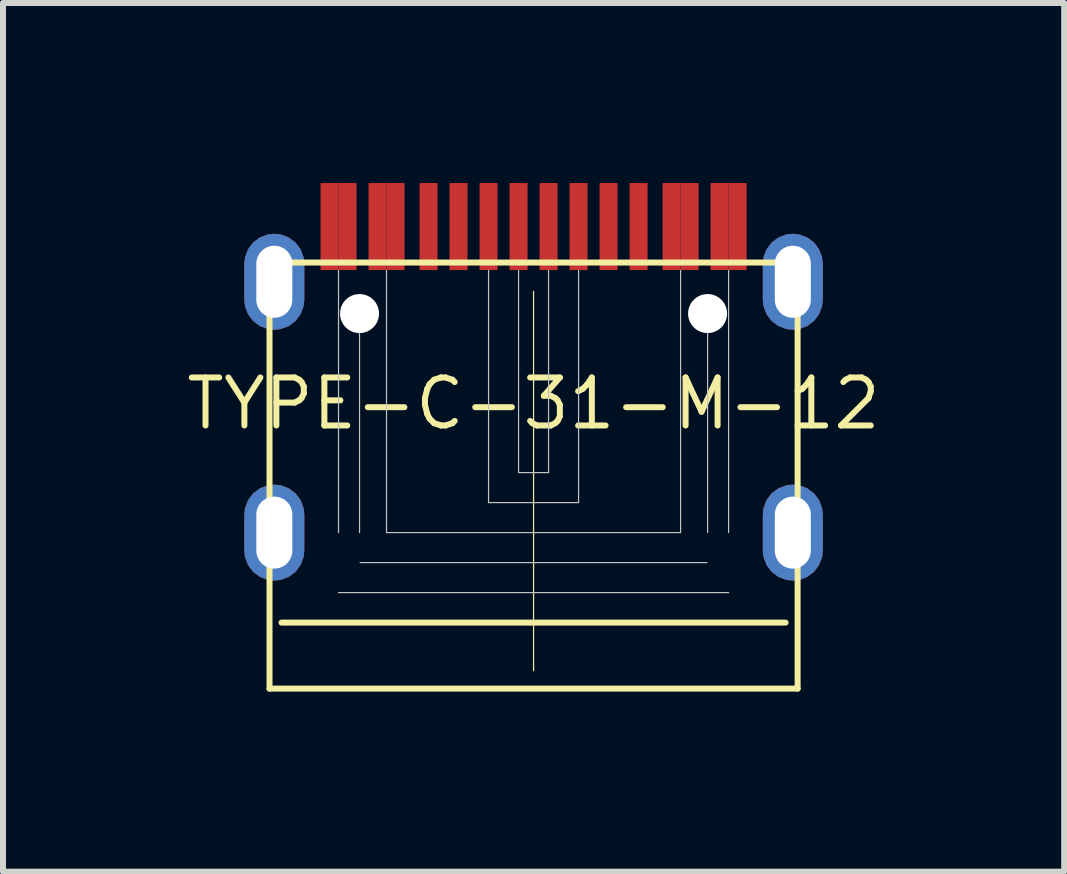
<source format=kicad_pcb>
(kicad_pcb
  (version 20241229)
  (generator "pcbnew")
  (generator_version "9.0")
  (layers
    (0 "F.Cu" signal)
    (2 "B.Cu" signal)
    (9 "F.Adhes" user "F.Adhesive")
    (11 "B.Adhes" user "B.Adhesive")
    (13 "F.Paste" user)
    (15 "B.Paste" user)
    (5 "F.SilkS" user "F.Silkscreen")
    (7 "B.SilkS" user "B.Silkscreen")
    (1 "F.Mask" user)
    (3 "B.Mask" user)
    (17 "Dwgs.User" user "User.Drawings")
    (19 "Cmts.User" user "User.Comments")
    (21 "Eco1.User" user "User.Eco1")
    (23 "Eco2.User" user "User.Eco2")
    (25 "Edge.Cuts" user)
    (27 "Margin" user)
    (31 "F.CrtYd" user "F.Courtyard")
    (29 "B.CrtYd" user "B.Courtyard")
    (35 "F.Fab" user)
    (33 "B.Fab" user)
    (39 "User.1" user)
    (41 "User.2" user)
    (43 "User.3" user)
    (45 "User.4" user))
  (footprint "TYPE-C-31-M-12"
    (layer "F.Cu")
    (at 5.841 5.825)
    (property "Reference" "TYPE-C-31-M-12" (at 0 -2.15 0) (layer "F.SilkS") (effects (font (size 0.8 0.8) (thickness 0.1))))
    (attr smd)
    (fp_line (start -4.4 -4.5) (end -4.4 2.6) (stroke (width 0.1) (type solid)) (layer "F.SilkS"))
    (fp_line (start -4.4 -4.5) (end 4.4 -4.5) (stroke (width 0.1) (type solid)) (layer "F.SilkS"))
    (fp_line (start 0 -4.02) (end 0 2.3) (stroke (width 0.02) (type solid)) (layer "F.SilkS"))
    (fp_line (start 4.2 1.5) (end -4.2 1.5) (stroke (width 0.1) (type solid)) (layer "F.SilkS"))
    (fp_line (start 4.4 -4.5) (end 4.4 2.6) (stroke (width 0.1) (type solid)) (layer "F.SilkS"))
    (fp_line (start 4.4 2.6) (end -4.4 2.6) (stroke (width 0.1) (type solid)) (layer "F.SilkS"))
    (fp_line (start -3.25 -4.37) (end -3.25 0) (stroke (width 0.02) (type solid)) (layer "Dwgs.User"))
    (fp_line (start -3.25 1) (end 3.25 1) (stroke (width 0.02) (type solid)) (layer "Dwgs.User"))
    (fp_line (start -2.9 -3.65) (end -2.9 0) (stroke (width 0.02) (type solid)) (layer "Dwgs.User"))
    (fp_line (start -2.89 0.5) (end 2.89 0.5) (stroke (width 0.02) (type solid)) (layer "Dwgs.User"))
    (fp_line (start -2.45 -4.37) (end -2.45 0) (stroke (width 0.02) (type solid)) (layer "Dwgs.User"))
    (fp_line (start -2.45 0) (end 2.45 0) (stroke (width 0.02) (type solid)) (layer "Dwgs.User"))
    (fp_line (start -0.75 -4.37) (end -0.75 -0.5) (stroke (width 0.02) (type solid)) (layer "Dwgs.User"))
    (fp_line (start -0.75 -0.5) (end 0.75 -0.5) (stroke (width 0.02) (type solid)) (layer "Dwgs.User"))
    (fp_line (start -0.25 -4.37) (end -0.25 -1) (stroke (width 0.02) (type solid)) (layer "Dwgs.User"))
    (fp_line (start -0.25 -1) (end 0.25 -1) (stroke (width 0.02) (type solid)) (layer "Dwgs.User"))
    (fp_line (start 0.25 -4.37) (end 0.25 -1) (stroke (width 0.02) (type solid)) (layer "Dwgs.User"))
    (fp_line (start 0.75 -4.37) (end 0.75 -0.5) (stroke (width 0.02) (type solid)) (layer "Dwgs.User"))
    (fp_line (start 2.45 -4.37) (end 2.45 0) (stroke (width 0.02) (type solid)) (layer "Dwgs.User"))
    (fp_line (start 2.9 -3.65) (end 2.9 0) (stroke (width 0.02) (type solid)) (layer "Dwgs.User"))
    (fp_line (start 3.25 -4.37) (end 3.25 0) (stroke (width 0.02) (type solid)) (layer "Dwgs.User"))
    (pad "" np_thru_hole circle (at -2.9 -3.65) (size 0.65 0.65) (drill 0.65) (layers "*.Cu" "*.Mask"))
    (pad "" np_thru_hole circle (at 2.9 -3.65) (size 0.65 0.65) (drill 0.65) (layers "*.Cu" "*.Mask"))
    (pad "A1" smd rect (at -3.4 -5.1) (size 0.3 1.45) (layers "F.Cu" "F.Mask" "F.Paste"))
    (pad "A4" smd rect (at -2.6 -5.1) (size 0.3 1.45) (layers "F.Cu" "F.Mask" "F.Paste"))
    (pad "A5" smd rect (at -1.25 -5.1) (size 0.3 1.45) (layers "F.Cu" "F.Mask" "F.Paste"))
    (pad "A6" smd rect (at -0.25 -5.1) (size 0.3 1.45) (layers "F.Cu" "F.Mask" "F.Paste"))
    (pad "A7" smd rect (at 0.25 -5.1) (size 0.3 1.45) (layers "F.Cu" "F.Mask" "F.Paste"))
    (pad "A8" smd rect (at 1.25 -5.1) (size 0.3 1.45) (layers "F.Cu" "F.Mask" "F.Paste"))
    (pad "A9" smd rect (at 2.6 -5.1) (size 0.3 1.45) (layers "F.Cu" "F.Mask" "F.Paste"))
    (pad "A12" smd rect (at 3.4 -5.1) (size 0.3 1.45) (layers "F.Cu" "F.Mask" "F.Paste"))
    (pad "B1" smd rect (at 3.1 -5.1) (size 0.3 1.45) (layers "F.Cu" "F.Mask" "F.Paste"))
    (pad "B4" smd rect (at 2.3 -5.1) (size 0.3 1.45) (layers "F.Cu" "F.Mask" "F.Paste"))
    (pad "B5" smd rect (at 1.75 -5.1) (size 0.3 1.45) (layers "F.Cu" "F.Mask" "F.Paste"))
    (pad "B6" smd rect (at 0.75 -5.1) (size 0.3 1.45) (layers "F.Cu" "F.Mask" "F.Paste"))
    (pad "B7" smd rect (at -0.75 -5.1) (size 0.3 1.45) (layers "F.Cu" "F.Mask" "F.Paste"))
    (pad "B8" smd rect (at -1.75 -5.1) (size 0.3 1.45) (layers "F.Cu" "F.Mask" "F.Paste"))
    (pad "B9" smd rect (at -2.3 -5.1) (size 0.3 1.45) (layers "F.Cu" "F.Mask" "F.Paste"))
    (pad "B12" smd rect (at -3.1 -5.1) (size 0.3 1.45) (layers "F.Cu" "F.Mask" "F.Paste"))
    (pad "S1" thru_hole roundrect (at -4.32 -4.18) (size 1 1.6) (drill oval 0.6 1.2) (layers "*.Cu" "*.Mask") (roundrect_rratio 0.5))
    (pad "S1" thru_hole roundrect (at -4.32 0) (size 1 1.6) (drill oval 0.6 1.2) (layers "*.Cu" "*.Mask") (roundrect_rratio 0.5))
    (pad "S1" thru_hole roundrect (at 4.32 -4.18) (size 1 1.6) (drill oval 0.6 1.2) (layers "*.Cu" "*.Mask") (roundrect_rratio 0.5))
    (pad "S1" thru_hole roundrect (at 4.32 0) (size 1 1.6) (drill oval 0.6 1.2) (layers "*.Cu" "*.Mask") (roundrect_rratio 0.5)))
  (gr_rect
    (start -3 -3)
    (end 14.683 11.475)
    (stroke (width 0.1) (type default))
    (fill no)
    (layer "Edge.Cuts")))
</source>
